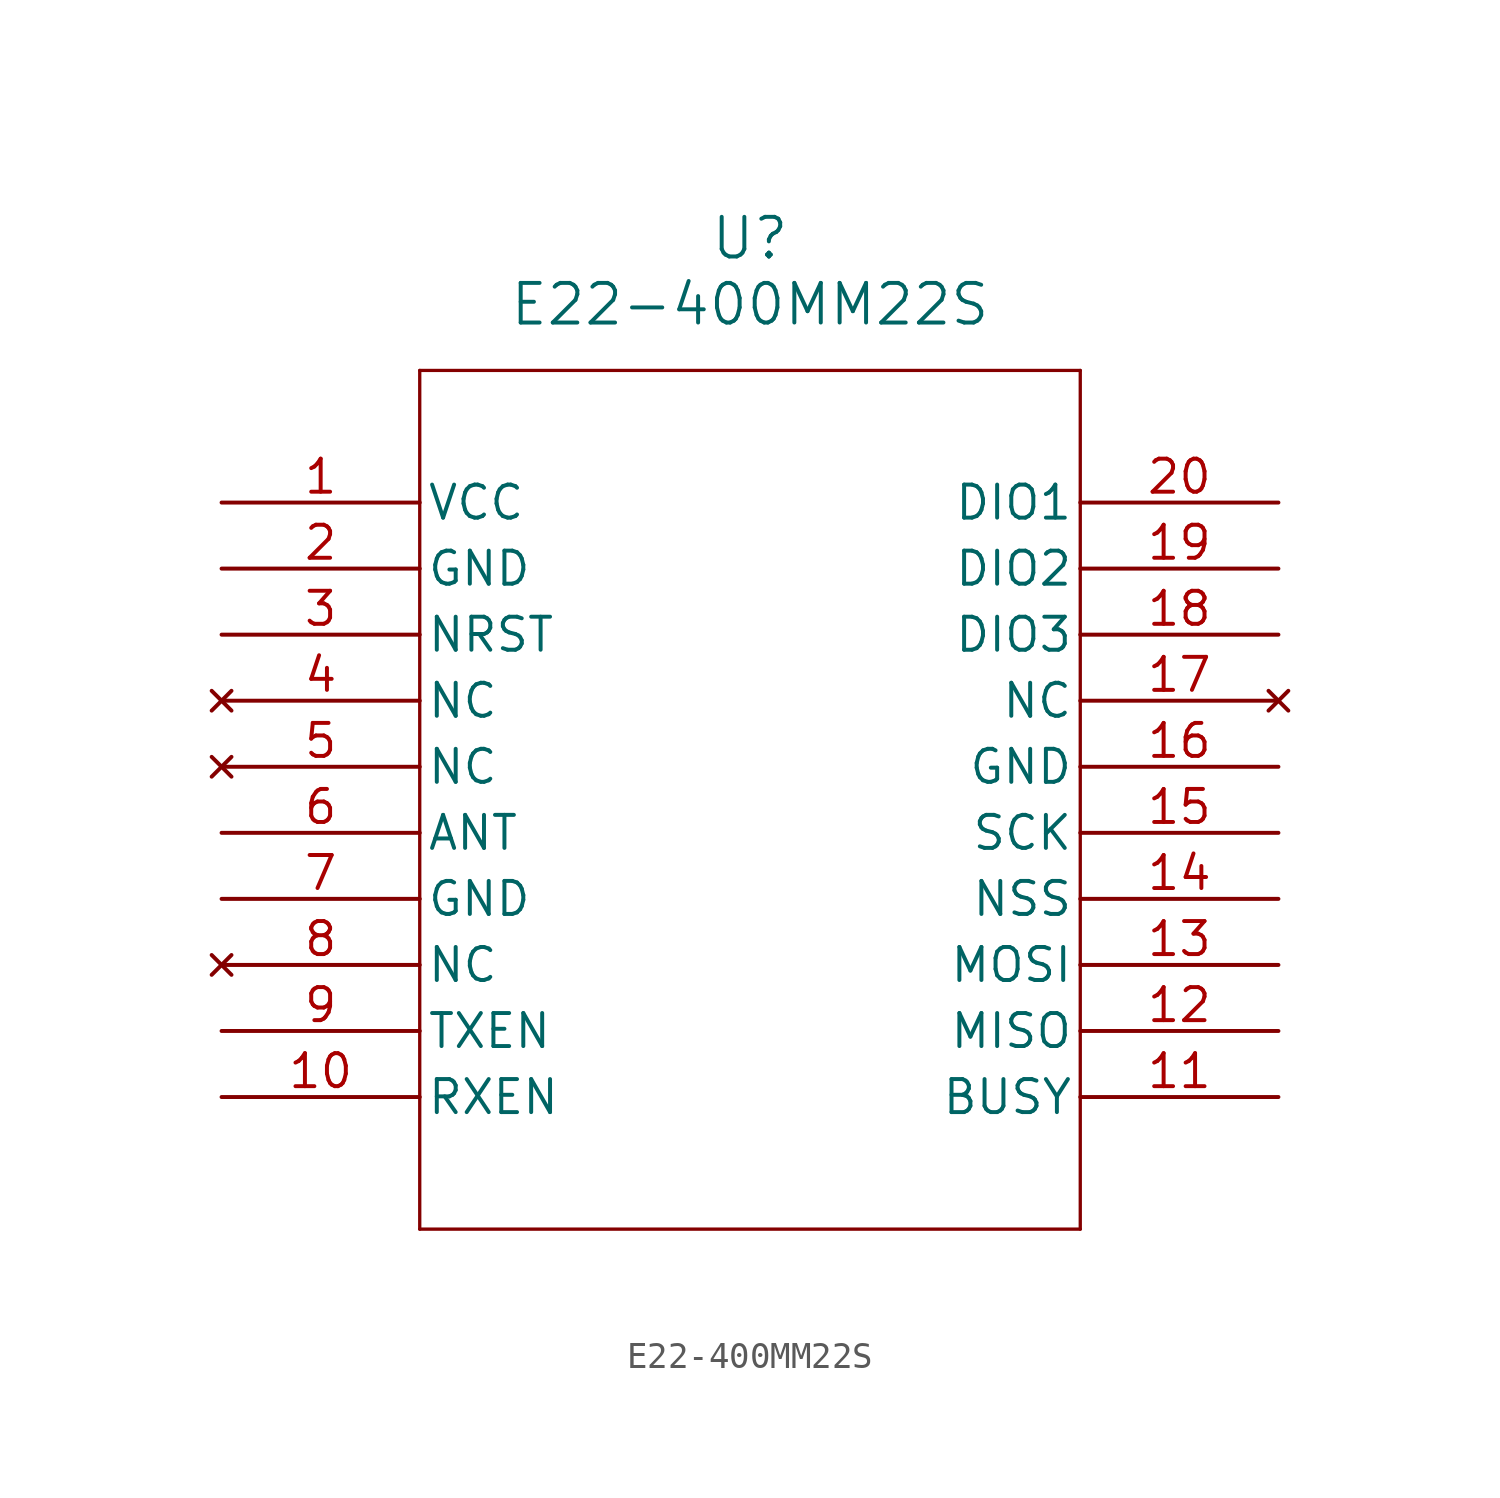
<source format=kicad_sym>
(kicad_symbol_lib
  (version 20211014)
  (generator kicad_symbol_editor)
  (symbol "E22-400MM22S"
    (pin_names
      (offset 0.254))
    (property "Reference" "U"
      (at 20.32 10.16 0)
      (effects (font (size 1.524 1.524))))
    (property "Value" "E22-400MM22S"
      (at 20.32 7.62 0)
      (effects (font (size 1.524 1.524))))
    (symbol "E22-400MM22S_0_1"
      (polyline (pts (xy 7.62 5.08) (xy 7.62 -27.94)) (stroke (width 0.127) (type default) (color 0 0 0 0)) (fill (type none)))
      (polyline (pts (xy 7.62 -27.94) (xy 33.02 -27.94)) (stroke (width 0.127) (type default) (color 0 0 0 0)) (fill (type none)))
      (polyline (pts (xy 33.02 -27.94) (xy 33.02 5.08)) (stroke (width 0.127) (type default) (color 0 0 0 0)) (fill (type none)))
      (polyline (pts (xy 33.02 5.08) (xy 7.62 5.08)) (stroke (width 0.127) (type default) (color 0 0 0 0)) (fill (type none)))
      (pin power_in line (at 0 0 0) (length 7.62) (name "VCC" (effects (font (size 1.27 1.27)))) (number "1" (effects (font (size 1.27 1.27)))))
      (pin power_out line (at 0 -2.54 0) (length 7.62) (name "GND" (effects (font (size 1.27 1.27)))) (number "2" (effects (font (size 1.27 1.27)))))
      (pin input line (at 0 -5.08 0) (length 7.62) (name "NRST" (effects (font (size 1.27 1.27)))) (number "3" (effects (font (size 1.27 1.27)))))
      (pin no_connect line (at 0 -7.62 0) (length 7.62) (name "NC" (effects (font (size 1.27 1.27)))) (number "4" (effects (font (size 1.27 1.27)))))
      (pin no_connect line (at 0 -10.16 0) (length 7.62) (name "NC" (effects (font (size 1.27 1.27)))) (number "5" (effects (font (size 1.27 1.27)))))
      (pin unspecified line (at 0 -12.7 0) (length 7.62) (name "ANT" (effects (font (size 1.27 1.27)))) (number "6" (effects (font (size 1.27 1.27)))))
      (pin power_out line (at 0 -15.24 0) (length 7.62) (name "GND" (effects (font (size 1.27 1.27)))) (number "7" (effects (font (size 1.27 1.27)))))
      (pin no_connect line (at 0 -17.78 0) (length 7.62) (name "NC" (effects (font (size 1.27 1.27)))) (number "8" (effects (font (size 1.27 1.27)))))
      (pin input line (at 0 -20.32 0) (length 7.62) (name "TXEN" (effects (font (size 1.27 1.27)))) (number "9" (effects (font (size 1.27 1.27)))))
      (pin input line (at 0 -22.86 0) (length 7.62) (name "RXEN" (effects (font (size 1.27 1.27)))) (number "10" (effects (font (size 1.27 1.27)))))
      (pin output line (at 40.64 -22.86 180) (length 7.62) (name "BUSY" (effects (font (size 1.27 1.27)))) (number "11" (effects (font (size 1.27 1.27)))))
      (pin output line (at 40.64 -20.32 180) (length 7.62) (name "MISO" (effects (font (size 1.27 1.27)))) (number "12" (effects (font (size 1.27 1.27)))))
      (pin input line (at 40.64 -17.78 180) (length 7.62) (name "MOSI" (effects (font (size 1.27 1.27)))) (number "13" (effects (font (size 1.27 1.27)))))
      (pin input line (at 40.64 -15.24 180) (length 7.62) (name "NSS" (effects (font (size 1.27 1.27)))) (number "14" (effects (font (size 1.27 1.27)))))
      (pin input line (at 40.64 -12.7 180) (length 7.62) (name "SCK" (effects (font (size 1.27 1.27)))) (number "15" (effects (font (size 1.27 1.27)))))
      (pin power_out line (at 40.64 -10.16 180) (length 7.62) (name "GND" (effects (font (size 1.27 1.27)))) (number "16" (effects (font (size 1.27 1.27)))))
      (pin no_connect line (at 40.64 -7.62 180) (length 7.62) (name "NC" (effects (font (size 1.27 1.27)))) (number "17" (effects (font (size 1.27 1.27)))))
      (pin bidirectional line (at 40.64 -5.08 180) (length 7.62) (name "DIO3" (effects (font (size 1.27 1.27)))) (number "18" (effects (font (size 1.27 1.27)))))
      (pin bidirectional line (at 40.64 -2.54 180) (length 7.62) (name "DIO2" (effects (font (size 1.27 1.27)))) (number "19" (effects (font (size 1.27 1.27)))))
      (pin bidirectional line (at 40.64 0 180) (length 7.62) (name "DIO1" (effects (font (size 1.27 1.27)))) (number "20" (effects (font (size 1.27 1.27))))))))
</source>
